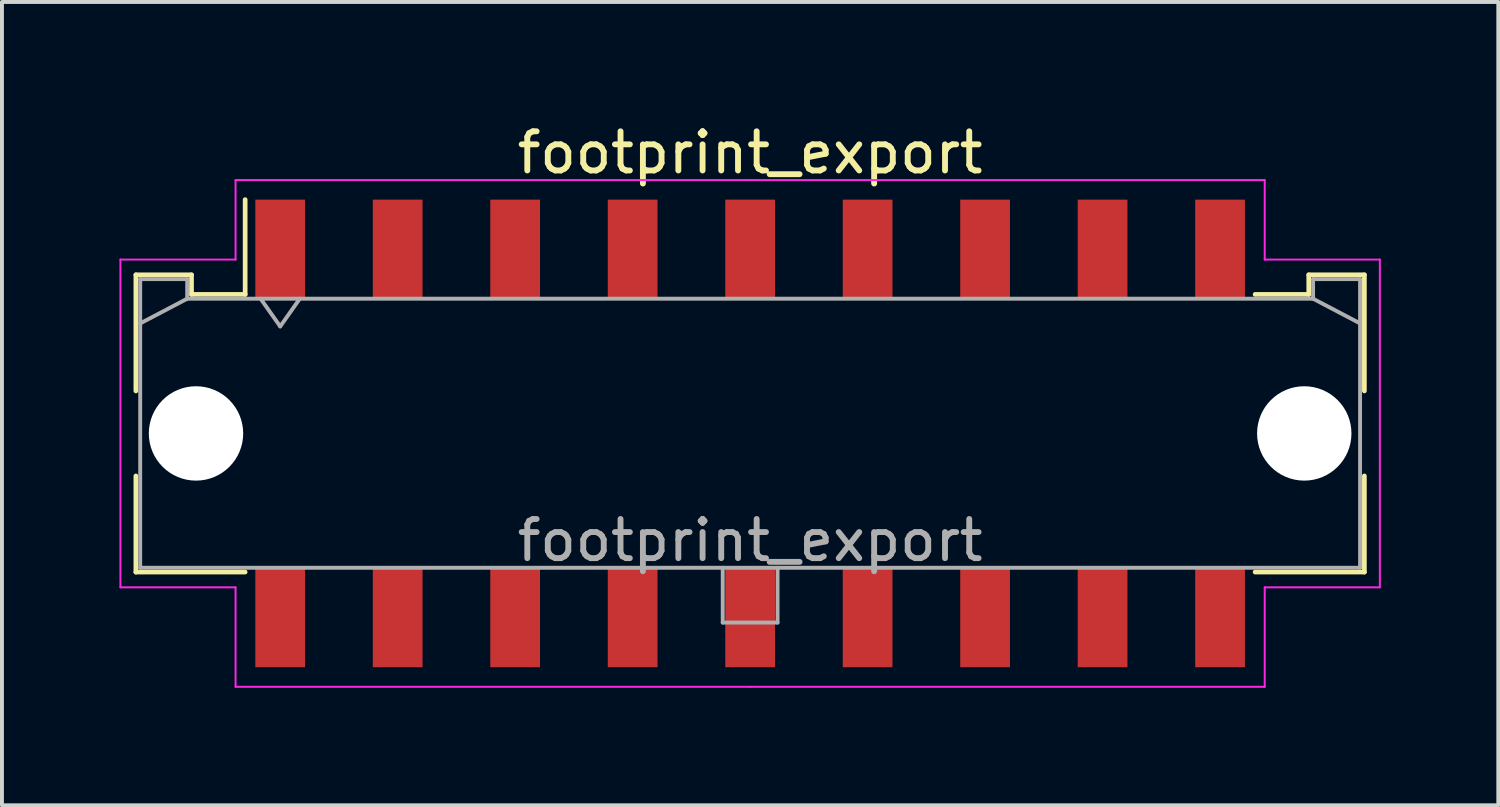
<source format=kicad_pcb>
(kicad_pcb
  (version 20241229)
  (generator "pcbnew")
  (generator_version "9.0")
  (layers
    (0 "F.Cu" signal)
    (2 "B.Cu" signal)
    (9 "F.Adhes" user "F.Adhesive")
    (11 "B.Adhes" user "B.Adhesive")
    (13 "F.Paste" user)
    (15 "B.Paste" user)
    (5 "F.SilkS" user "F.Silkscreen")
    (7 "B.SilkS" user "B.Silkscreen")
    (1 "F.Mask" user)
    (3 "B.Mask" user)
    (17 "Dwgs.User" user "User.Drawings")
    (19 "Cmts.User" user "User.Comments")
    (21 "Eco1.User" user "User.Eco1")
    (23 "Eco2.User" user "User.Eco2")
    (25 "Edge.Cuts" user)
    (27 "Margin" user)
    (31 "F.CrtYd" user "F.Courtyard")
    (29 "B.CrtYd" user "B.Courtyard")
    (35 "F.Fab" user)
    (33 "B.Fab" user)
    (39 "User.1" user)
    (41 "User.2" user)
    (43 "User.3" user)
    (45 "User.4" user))
  (footprint "footprint_export"
    (layer "F.Cu")
    (at 16.105 8.018)
    (property "Reference" "footprint_export" (at 0 -7.17 0) (layer "F.SilkS") (effects (font (size 1 1) (thickness 0.15))))
    (attr smd)
    (fp_line (start -15.685 -4.05) (end -14.265 -4.05) (stroke (width 0.12) (type solid)) (layer "F.SilkS"))
    (fp_line (start -15.685 -1.085) (end -15.685 -4.05) (stroke (width 0.12) (type solid)) (layer "F.SilkS"))
    (fp_line (start -15.685 1.085) (end -15.685 3.54) (stroke (width 0.12) (type solid)) (layer "F.SilkS"))
    (fp_line (start -15.685 3.54) (end -12.895 3.54) (stroke (width 0.12) (type solid)) (layer "F.SilkS"))
    (fp_line (start -14.265 -4.05) (end -14.265 -3.55) (stroke (width 0.12) (type solid)) (layer "F.SilkS"))
    (fp_line (start -14.265 -3.55) (end -12.895 -3.55) (stroke (width 0.12) (type solid)) (layer "F.SilkS"))
    (fp_line (start -12.895 -3.55) (end -12.895 -5.97) (stroke (width 0.12) (type solid)) (layer "F.SilkS"))
    (fp_line (start 14.265 -4.05) (end 14.265 -3.55) (stroke (width 0.12) (type solid)) (layer "F.SilkS"))
    (fp_line (start 14.265 -3.55) (end 12.895 -3.55) (stroke (width 0.12) (type solid)) (layer "F.SilkS"))
    (fp_line (start 15.685 -4.05) (end 14.265 -4.05) (stroke (width 0.12) (type solid)) (layer "F.SilkS"))
    (fp_line (start 15.685 -1.085) (end 15.685 -4.05) (stroke (width 0.12) (type solid)) (layer "F.SilkS"))
    (fp_line (start 15.685 1.085) (end 15.685 3.54) (stroke (width 0.12) (type solid)) (layer "F.SilkS"))
    (fp_line (start 15.685 3.54) (end 12.895 3.54) (stroke (width 0.12) (type solid)) (layer "F.SilkS"))
    (fp_line (start -16.08 -4.44) (end -16.08 3.93) (stroke (width 0.05) (type solid)) (layer "F.CrtYd"))
    (fp_line (start -16.08 3.93) (end -13.14 3.93) (stroke (width 0.05) (type solid)) (layer "F.CrtYd"))
    (fp_line (start -13.14 -6.47) (end -13.14 -4.44) (stroke (width 0.05) (type solid)) (layer "F.CrtYd"))
    (fp_line (start -13.14 -4.44) (end -16.08 -4.44) (stroke (width 0.05) (type solid)) (layer "F.CrtYd"))
    (fp_line (start -13.14 3.93) (end -13.14 6.47) (stroke (width 0.05) (type solid)) (layer "F.CrtYd"))
    (fp_line (start -13.14 6.47) (end 0 6.47) (stroke (width 0.05) (type solid)) (layer "F.CrtYd"))
    (fp_line (start 0 -6.47) (end -13.14 -6.47) (stroke (width 0.05) (type solid)) (layer "F.CrtYd"))
    (fp_line (start 0 -6.47) (end 13.14 -6.47) (stroke (width 0.05) (type solid)) (layer "F.CrtYd"))
    (fp_line (start 13.14 -6.47) (end 13.14 -4.44) (stroke (width 0.05) (type solid)) (layer "F.CrtYd"))
    (fp_line (start 13.14 -4.44) (end 16.08 -4.44) (stroke (width 0.05) (type solid)) (layer "F.CrtYd"))
    (fp_line (start 13.14 3.93) (end 13.14 6.47) (stroke (width 0.05) (type solid)) (layer "F.CrtYd"))
    (fp_line (start 13.14 6.47) (end 0 6.47) (stroke (width 0.05) (type solid)) (layer "F.CrtYd"))
    (fp_line (start 16.08 -4.44) (end 16.08 3.93) (stroke (width 0.05) (type solid)) (layer "F.CrtYd"))
    (fp_line (start 16.08 3.93) (end 13.14 3.93) (stroke (width 0.05) (type solid)) (layer "F.CrtYd"))
    (fp_line (start -15.575 -3.94) (end -15.575 3.43) (stroke (width 0.1) (type solid)) (layer "F.Fab"))
    (fp_line (start -15.575 -2.81) (end -14.375 -3.44) (stroke (width 0.1) (type solid)) (layer "F.Fab"))
    (fp_line (start -15.575 3.43) (end 15.575 3.43) (stroke (width 0.1) (type solid)) (layer "F.Fab"))
    (fp_line (start -14.375 -3.94) (end -15.575 -3.94) (stroke (width 0.1) (type solid)) (layer "F.Fab"))
    (fp_line (start -14.375 -3.44) (end -14.375 -3.94) (stroke (width 0.1) (type solid)) (layer "F.Fab"))
    (fp_line (start -12.5 -3.44) (end -12 -2.733) (stroke (width 0.1) (type solid)) (layer "F.Fab"))
    (fp_line (start -12 -2.733) (end -11.5 -3.44) (stroke (width 0.1) (type solid)) (layer "F.Fab"))
    (fp_line (start -0.7 3.43) (end -0.7 4.83) (stroke (width 0.1) (type solid)) (layer "F.Fab"))
    (fp_line (start -0.7 4.83) (end 0.7 4.83) (stroke (width 0.1) (type solid)) (layer "F.Fab"))
    (fp_line (start 0.7 4.83) (end 0.7 3.43) (stroke (width 0.1) (type solid)) (layer "F.Fab"))
    (fp_line (start 14.375 -3.94) (end 14.375 -3.44) (stroke (width 0.1) (type solid)) (layer "F.Fab"))
    (fp_line (start 14.375 -3.44) (end -14.375 -3.44) (stroke (width 0.1) (type solid)) (layer "F.Fab"))
    (fp_line (start 15.575 -3.94) (end 14.375 -3.94) (stroke (width 0.1) (type solid)) (layer "F.Fab"))
    (fp_line (start 15.575 -2.81) (end 14.375 -3.44) (stroke (width 0.1) (type solid)) (layer "F.Fab"))
    (fp_line (start 15.575 3.43) (end 15.575 -3.94) (stroke (width 0.1) (type solid)) (layer "F.Fab"))
    (fp_text user "${REFERENCE}" (at 0 2.73 0) (layer "F.Fab") (effects (font (size 1 1) (thickness 0.15))))
    (pad "" np_thru_hole circle (at -14.15 0) (size 2.41 2.41) (drill 2.41) (layers "*.Cu" "*.Mask"))
    (pad "" np_thru_hole circle (at 14.15 0) (size 2.41 2.41) (drill 2.41) (layers "*.Cu" "*.Mask"))
    (pad "1" smd rect (at -12 -4.7) (size 1.27 2.54) (layers "F.Cu" "F.Mask" "F.Paste"))
    (pad "2" smd rect (at -9 -4.7) (size 1.27 2.54) (layers "F.Cu" "F.Mask" "F.Paste"))
    (pad "3" smd rect (at -6 -4.7) (size 1.27 2.54) (layers "F.Cu" "F.Mask" "F.Paste"))
    (pad "4" smd rect (at -3 -4.7) (size 1.27 2.54) (layers "F.Cu" "F.Mask" "F.Paste"))
    (pad "5" smd rect (at 0 -4.7) (size 1.27 2.54) (layers "F.Cu" "F.Mask" "F.Paste"))
    (pad "6" smd rect (at 3 -4.7) (size 1.27 2.54) (layers "F.Cu" "F.Mask" "F.Paste"))
    (pad "7" smd rect (at 6 -4.7) (size 1.27 2.54) (layers "F.Cu" "F.Mask" "F.Paste"))
    (pad "8" smd rect (at 9 -4.7) (size 1.27 2.54) (layers "F.Cu" "F.Mask" "F.Paste"))
    (pad "9" smd rect (at 12 -4.7) (size 1.27 2.54) (layers "F.Cu" "F.Mask" "F.Paste"))
    (pad "10" smd rect (at -12 4.7) (size 1.27 2.54) (layers "F.Cu" "F.Mask" "F.Paste"))
    (pad "11" smd rect (at -9 4.7) (size 1.27 2.54) (layers "F.Cu" "F.Mask" "F.Paste"))
    (pad "12" smd rect (at -6 4.7) (size 1.27 2.54) (layers "F.Cu" "F.Mask" "F.Paste"))
    (pad "13" smd rect (at -3 4.7) (size 1.27 2.54) (layers "F.Cu" "F.Mask" "F.Paste"))
    (pad "14" smd rect (at 0 4.7) (size 1.27 2.54) (layers "F.Cu" "F.Mask" "F.Paste"))
    (pad "15" smd rect (at 3 4.7) (size 1.27 2.54) (layers "F.Cu" "F.Mask" "F.Paste"))
    (pad "16" smd rect (at 6 4.7) (size 1.27 2.54) (layers "F.Cu" "F.Mask" "F.Paste"))
    (pad "17" smd rect (at 9 4.7) (size 1.27 2.54) (layers "F.Cu" "F.Mask" "F.Paste"))
    (pad "18" smd rect (at 12 4.7) (size 1.27 2.54) (layers "F.Cu" "F.Mask" "F.Paste")))
  (gr_rect
    (start -3 -3)
    (end 35.21 17.513)
    (stroke (width 0.1) (type default))
    (fill no)
    (layer "Edge.Cuts")))
</source>
